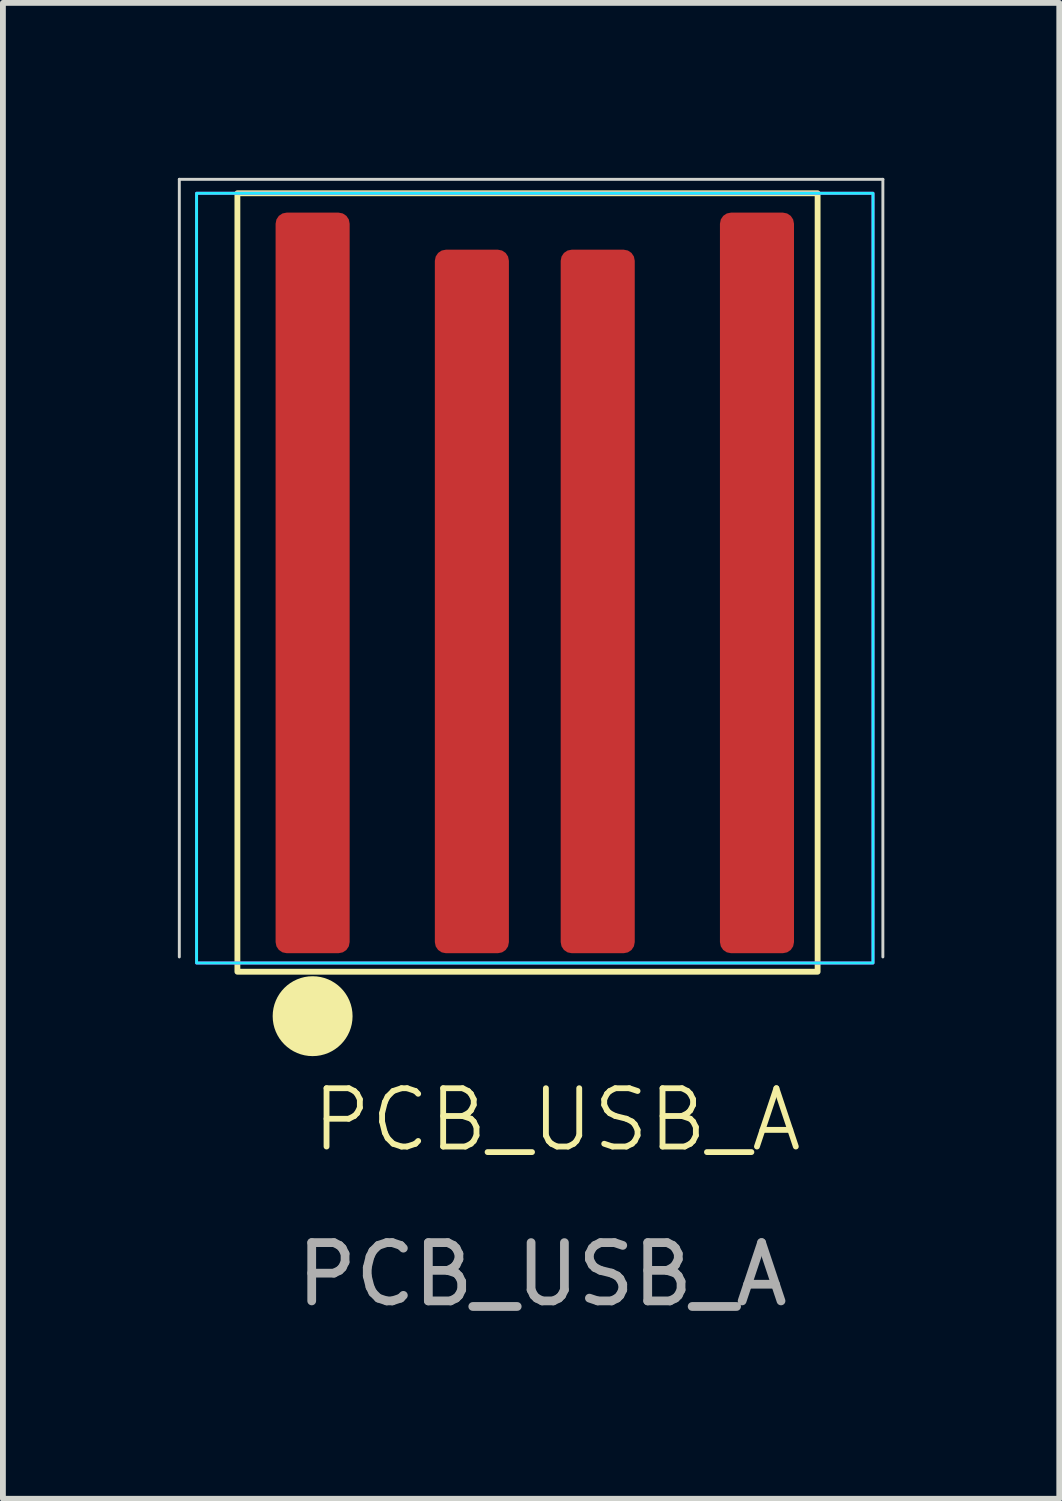
<source format=kicad_pcb>
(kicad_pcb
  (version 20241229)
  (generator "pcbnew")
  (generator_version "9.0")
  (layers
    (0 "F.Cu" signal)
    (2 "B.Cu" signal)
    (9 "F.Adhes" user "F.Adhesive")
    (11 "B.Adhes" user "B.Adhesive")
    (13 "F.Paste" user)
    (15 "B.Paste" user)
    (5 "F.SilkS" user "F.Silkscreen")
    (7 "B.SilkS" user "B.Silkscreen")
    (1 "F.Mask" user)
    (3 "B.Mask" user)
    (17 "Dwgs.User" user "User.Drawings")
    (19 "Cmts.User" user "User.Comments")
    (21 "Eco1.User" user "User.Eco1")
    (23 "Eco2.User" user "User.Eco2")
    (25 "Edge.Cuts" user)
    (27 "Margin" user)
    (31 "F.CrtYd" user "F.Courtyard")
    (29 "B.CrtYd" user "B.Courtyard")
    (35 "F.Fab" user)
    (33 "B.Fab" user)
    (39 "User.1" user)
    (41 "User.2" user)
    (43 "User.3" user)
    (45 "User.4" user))
  (footprint "PCB_USB_A"
    (layer "F.Cu")
    (at 6.121 7.264)
    (property "Reference" "PCB_USB_A" (at 0.381 8.89 0) (unlocked yes) (layer "F.SilkS") (effects (font (size 1 1) (thickness 0.1))))
    (attr smd)
    (fp_rect (start -5.1 -7) (end 4.85 6.35) (stroke (width 0.1) (type default)) (fill no) (layer "F.SilkS"))
    (fp_circle (center -3.81 7.112) (end -4.445 7.112) (stroke (width 0.1) (type solid)) (fill yes) (layer "F.SilkS"))
    (fp_line (start -6.096 -7.239) (end 5.969 -7.239) (stroke (width 0.05) (type default)) (layer "Edge.Cuts"))
    (fp_line (start -6.096 6.096) (end -6.096 -7.239) (stroke (width 0.05) (type default)) (layer "Edge.Cuts"))
    (fp_line (start 5.969 -7.239) (end 5.969 6.096) (stroke (width 0.05) (type default)) (layer "Edge.Cuts"))
    (fp_rect (start -5.8 -7) (end 5.8 6.2) (stroke (width 0.05) (type default)) (fill no) (layer "B.CrtYd"))
    (fp_rect (start -5.8 -7) (end 5.8 6.2) (stroke (width 0.05) (type default)) (fill no) (layer "F.CrtYd"))
    (fp_text user "${REFERENCE}" (at 0.127 11.54 0) (unlocked yes) (layer "F.Fab") (effects (font (size 1 1) (thickness 0.15))))
    (pad "1" smd roundrect (at -3.81 -0.318) (size 1.27 12.7) (layers "F.Cu" "F.Mask" "F.Paste") (roundrect_rratio 0.15))
    (pad "2" smd roundrect (at -1.079 0) (size 1.27 12.065) (layers "F.Cu" "F.Mask" "F.Paste") (roundrect_rratio 0.15))
    (pad "3" smd roundrect (at 1.079 0) (size 1.27 12.065) (layers "F.Cu" "F.Mask" "F.Paste") (roundrect_rratio 0.15))
    (pad "4" smd roundrect (at 3.81 -0.318) (size 1.27 12.7) (layers "F.Cu" "F.Mask" "F.Paste") (roundrect_rratio 0.15)))
  (gr_rect
    (start -3 -3)
    (end 15.115 22.652)
    (stroke (width 0.1) (type default))
    (fill no)
    (layer "Edge.Cuts")))
</source>
